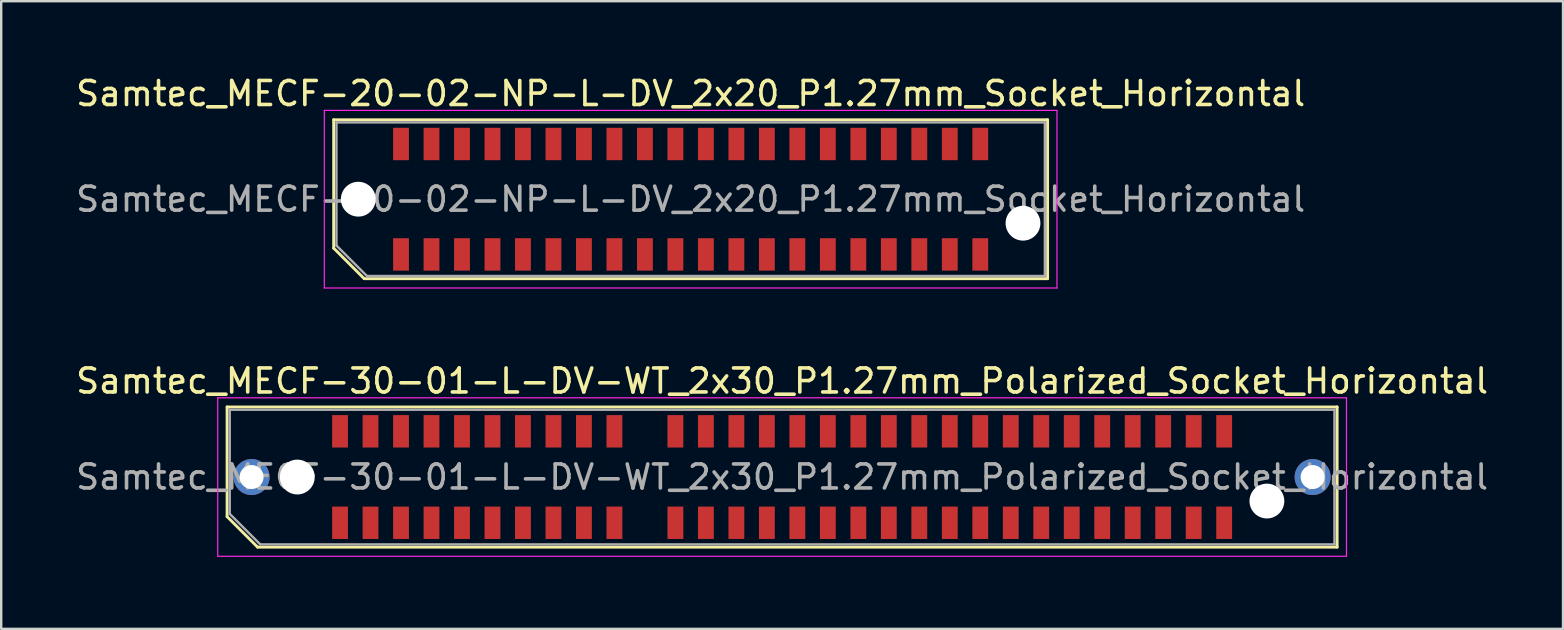
<source format=kicad_pcb>
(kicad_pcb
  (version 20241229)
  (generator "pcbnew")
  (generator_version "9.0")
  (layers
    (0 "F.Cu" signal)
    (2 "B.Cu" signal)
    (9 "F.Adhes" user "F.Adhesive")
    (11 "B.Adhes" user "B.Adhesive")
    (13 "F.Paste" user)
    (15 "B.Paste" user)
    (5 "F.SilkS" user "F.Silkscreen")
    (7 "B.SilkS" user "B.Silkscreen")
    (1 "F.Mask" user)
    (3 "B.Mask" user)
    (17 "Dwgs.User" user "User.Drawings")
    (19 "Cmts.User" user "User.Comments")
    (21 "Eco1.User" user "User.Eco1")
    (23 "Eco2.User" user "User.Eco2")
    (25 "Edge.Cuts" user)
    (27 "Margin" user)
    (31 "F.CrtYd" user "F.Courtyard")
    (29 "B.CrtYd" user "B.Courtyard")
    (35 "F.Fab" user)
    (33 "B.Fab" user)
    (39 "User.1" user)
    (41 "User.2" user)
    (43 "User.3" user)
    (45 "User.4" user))
  (footprint "Samtec_MECF-20-02-NP-L-DV_2x20_P1.27mm_Socket_Horizontal"
    (layer "F.Cu")
    (at 25.72 5.248)
    (property "Reference" "Samtec_MECF-20-02-NP-L-DV_2x20_P1.27mm_Socket_Horizontal" (at 0 -4.4 0) (layer "F.SilkS") (effects (font (size 1 1) (thickness 0.15))))
    (attr smd)
    (fp_line (start -14.87 -3.31) (end 14.87 -3.31) (stroke (width 0.12) (type solid)) (layer "F.SilkS"))
    (fp_line (start -14.87 2.04) (end -14.87 -3.31) (stroke (width 0.12) (type solid)) (layer "F.SilkS"))
    (fp_line (start -13.6 3.31) (end -14.87 2.04) (stroke (width 0.12) (type solid)) (layer "F.SilkS"))
    (fp_line (start -13.6 3.31) (end 14.87 3.31) (stroke (width 0.12) (type solid)) (layer "F.SilkS"))
    (fp_line (start 14.87 3.31) (end 14.87 -3.31) (stroke (width 0.12) (type solid)) (layer "F.SilkS"))
    (fp_line (start -15.26 -3.7) (end -15.26 3.7) (stroke (width 0.05) (type solid)) (layer "F.CrtYd"))
    (fp_line (start -15.26 3.7) (end 15.26 3.7) (stroke (width 0.05) (type solid)) (layer "F.CrtYd"))
    (fp_line (start 15.26 -3.7) (end -15.26 -3.7) (stroke (width 0.05) (type solid)) (layer "F.CrtYd"))
    (fp_line (start 15.26 3.7) (end 15.26 -3.7) (stroke (width 0.05) (type solid)) (layer "F.CrtYd"))
    (fp_line (start -14.755 -3.2) (end 14.755 -3.2) (stroke (width 0.1) (type solid)) (layer "F.Fab"))
    (fp_line (start -14.755 1.93) (end -14.755 -3.2) (stroke (width 0.1) (type solid)) (layer "F.Fab"))
    (fp_line (start -14.755 1.93) (end -13.485 3.2) (stroke (width 0.1) (type solid)) (layer "F.Fab"))
    (fp_line (start -13.485 3.2) (end 14.755 3.2) (stroke (width 0.1) (type solid)) (layer "F.Fab"))
    (fp_line (start 14.755 3.2) (end 14.755 -3.2) (stroke (width 0.1) (type solid)) (layer "F.Fab"))
    (fp_text user "${REFERENCE}" (at 0 0 0) (layer "F.Fab") (effects (font (size 1 1) (thickness 0.15))))
    (pad "" np_thru_hole circle (at -13.845 0) (size 1.45 1.45) (drill 1.45) (layers "*.Cu" "*.Mask"))
    (pad "" np_thru_hole circle (at 13.845 1) (size 1.45 1.45) (drill 1.45) (layers "*.Cu" "*.Mask"))
    (pad "1" smd rect (at -12.065 2.3) (size 0.66 1.35) (layers "F.Cu" "F.Mask" "F.Paste"))
    (pad "2" smd rect (at -12.065 -2.3) (size 0.66 1.35) (layers "F.Cu" "F.Mask" "F.Paste"))
    (pad "3" smd rect (at -10.795 2.3) (size 0.66 1.35) (layers "F.Cu" "F.Mask" "F.Paste"))
    (pad "4" smd rect (at -10.795 -2.3) (size 0.66 1.35) (layers "F.Cu" "F.Mask" "F.Paste"))
    (pad "5" smd rect (at -9.525 2.3) (size 0.66 1.35) (layers "F.Cu" "F.Mask" "F.Paste"))
    (pad "6" smd rect (at -9.525 -2.3) (size 0.66 1.35) (layers "F.Cu" "F.Mask" "F.Paste"))
    (pad "7" smd rect (at -8.255 2.3) (size 0.66 1.35) (layers "F.Cu" "F.Mask" "F.Paste"))
    (pad "8" smd rect (at -8.255 -2.3) (size 0.66 1.35) (layers "F.Cu" "F.Mask" "F.Paste"))
    (pad "9" smd rect (at -6.985 2.3) (size 0.66 1.35) (layers "F.Cu" "F.Mask" "F.Paste"))
    (pad "10" smd rect (at -6.985 -2.3) (size 0.66 1.35) (layers "F.Cu" "F.Mask" "F.Paste"))
    (pad "11" smd rect (at -5.715 2.3) (size 0.66 1.35) (layers "F.Cu" "F.Mask" "F.Paste"))
    (pad "12" smd rect (at -5.715 -2.3) (size 0.66 1.35) (layers "F.Cu" "F.Mask" "F.Paste"))
    (pad "13" smd rect (at -4.445 2.3) (size 0.66 1.35) (layers "F.Cu" "F.Mask" "F.Paste"))
    (pad "14" smd rect (at -4.445 -2.3) (size 0.66 1.35) (layers "F.Cu" "F.Mask" "F.Paste"))
    (pad "15" smd rect (at -3.175 2.3) (size 0.66 1.35) (layers "F.Cu" "F.Mask" "F.Paste"))
    (pad "16" smd rect (at -3.175 -2.3) (size 0.66 1.35) (layers "F.Cu" "F.Mask" "F.Paste"))
    (pad "17" smd rect (at -1.905 2.3) (size 0.66 1.35) (layers "F.Cu" "F.Mask" "F.Paste"))
    (pad "18" smd rect (at -1.905 -2.3) (size 0.66 1.35) (layers "F.Cu" "F.Mask" "F.Paste"))
    (pad "19" smd rect (at -0.635 2.3) (size 0.66 1.35) (layers "F.Cu" "F.Mask" "F.Paste"))
    (pad "20" smd rect (at -0.635 -2.3) (size 0.66 1.35) (layers "F.Cu" "F.Mask" "F.Paste"))
    (pad "21" smd rect (at 0.635 2.3) (size 0.66 1.35) (layers "F.Cu" "F.Mask" "F.Paste"))
    (pad "22" smd rect (at 0.635 -2.3) (size 0.66 1.35) (layers "F.Cu" "F.Mask" "F.Paste"))
    (pad "23" smd rect (at 1.905 2.3) (size 0.66 1.35) (layers "F.Cu" "F.Mask" "F.Paste"))
    (pad "24" smd rect (at 1.905 -2.3) (size 0.66 1.35) (layers "F.Cu" "F.Mask" "F.Paste"))
    (pad "25" smd rect (at 3.175 2.3) (size 0.66 1.35) (layers "F.Cu" "F.Mask" "F.Paste"))
    (pad "26" smd rect (at 3.175 -2.3) (size 0.66 1.35) (layers "F.Cu" "F.Mask" "F.Paste"))
    (pad "27" smd rect (at 4.445 2.3) (size 0.66 1.35) (layers "F.Cu" "F.Mask" "F.Paste"))
    (pad "28" smd rect (at 4.445 -2.3) (size 0.66 1.35) (layers "F.Cu" "F.Mask" "F.Paste"))
    (pad "29" smd rect (at 5.715 2.3) (size 0.66 1.35) (layers "F.Cu" "F.Mask" "F.Paste"))
    (pad "30" smd rect (at 5.715 -2.3) (size 0.66 1.35) (layers "F.Cu" "F.Mask" "F.Paste"))
    (pad "31" smd rect (at 6.985 2.3) (size 0.66 1.35) (layers "F.Cu" "F.Mask" "F.Paste"))
    (pad "32" smd rect (at 6.985 -2.3) (size 0.66 1.35) (layers "F.Cu" "F.Mask" "F.Paste"))
    (pad "33" smd rect (at 8.255 2.3) (size 0.66 1.35) (layers "F.Cu" "F.Mask" "F.Paste"))
    (pad "34" smd rect (at 8.255 -2.3) (size 0.66 1.35) (layers "F.Cu" "F.Mask" "F.Paste"))
    (pad "35" smd rect (at 9.525 2.3) (size 0.66 1.35) (layers "F.Cu" "F.Mask" "F.Paste"))
    (pad "36" smd rect (at 9.525 -2.3) (size 0.66 1.35) (layers "F.Cu" "F.Mask" "F.Paste"))
    (pad "37" smd rect (at 10.795 2.3) (size 0.66 1.35) (layers "F.Cu" "F.Mask" "F.Paste"))
    (pad "38" smd rect (at 10.795 -2.3) (size 0.66 1.35) (layers "F.Cu" "F.Mask" "F.Paste"))
    (pad "39" smd rect (at 12.065 2.3) (size 0.66 1.35) (layers "F.Cu" "F.Mask" "F.Paste"))
    (pad "40" smd rect (at 12.065 -2.3) (size 0.66 1.35) (layers "F.Cu" "F.Mask" "F.Paste")))
  (footprint "Samtec_MECF-30-01-L-DV-WT_2x30_P1.27mm_Polarized_Socket_Horizontal"
    (layer "F.Cu")
    (at 29.53 16.822)
    (property "Reference" "Samtec_MECF-30-01-L-DV-WT_2x30_P1.27mm_Polarized_Socket_Horizontal" (at 0 -4 0) (layer "F.SilkS") (effects (font (size 1 1) (thickness 0.15))))
    (attr smd)
    (fp_line (start -23.12 -2.92) (end 23.12 -2.92) (stroke (width 0.12) (type solid)) (layer "F.SilkS"))
    (fp_line (start -23.12 1.65) (end -23.12 -2.92) (stroke (width 0.12) (type solid)) (layer "F.SilkS"))
    (fp_line (start -21.85 2.92) (end -23.12 1.65) (stroke (width 0.12) (type solid)) (layer "F.SilkS"))
    (fp_line (start -21.85 2.92) (end 23.12 2.92) (stroke (width 0.12) (type solid)) (layer "F.SilkS"))
    (fp_line (start 23.12 2.92) (end 23.12 -2.92) (stroke (width 0.12) (type solid)) (layer "F.SilkS"))
    (fp_line (start -23.51 -3.3) (end -23.51 3.3) (stroke (width 0.05) (type solid)) (layer "F.CrtYd"))
    (fp_line (start -23.51 3.3) (end 23.51 3.3) (stroke (width 0.05) (type solid)) (layer "F.CrtYd"))
    (fp_line (start 23.51 -3.3) (end -23.51 -3.3) (stroke (width 0.05) (type solid)) (layer "F.CrtYd"))
    (fp_line (start 23.51 3.3) (end 23.51 -3.3) (stroke (width 0.05) (type solid)) (layer "F.CrtYd"))
    (fp_line (start -23.01 -2.805) (end 23.01 -2.805) (stroke (width 0.1) (type solid)) (layer "F.Fab"))
    (fp_line (start -23.01 1.535) (end -23.01 -2.805) (stroke (width 0.1) (type solid)) (layer "F.Fab"))
    (fp_line (start -23.01 1.535) (end -21.74 2.805) (stroke (width 0.1) (type solid)) (layer "F.Fab"))
    (fp_line (start -21.74 2.805) (end 23.01 2.805) (stroke (width 0.1) (type solid)) (layer "F.Fab"))
    (fp_line (start 23.01 2.805) (end 23.01 -2.805) (stroke (width 0.1) (type solid)) (layer "F.Fab"))
    (fp_text user "${REFERENCE}" (at 0 0 0) (layer "F.Fab") (effects (font (size 1 1) (thickness 0.15))))
    (pad "" thru_hole circle (at -22.1 0) (size 1.5 1.5) (drill 1) (layers "*.Cu" "*.Mask"))
    (pad "" np_thru_hole circle (at -20.195 0) (size 1.45 1.45) (drill 1.45) (layers "*.Cu" "*.Mask"))
    (pad "" np_thru_hole circle (at 20.195 1) (size 1.45 1.45) (drill 1.45) (layers "*.Cu" "*.Mask"))
    (pad "" thru_hole circle (at 22.1 0) (size 1.5 1.5) (drill 1) (layers "*.Cu" "*.Mask"))
    (pad "1" smd rect (at -18.415 1.905) (size 0.66 1.35) (layers "F.Cu" "F.Mask" "F.Paste"))
    (pad "2" smd rect (at -18.415 -1.905) (size 0.66 1.35) (layers "F.Cu" "F.Mask" "F.Paste"))
    (pad "3" smd rect (at -17.145 1.905) (size 0.66 1.35) (layers "F.Cu" "F.Mask" "F.Paste"))
    (pad "4" smd rect (at -17.145 -1.905) (size 0.66 1.35) (layers "F.Cu" "F.Mask" "F.Paste"))
    (pad "5" smd rect (at -15.875 1.905) (size 0.66 1.35) (layers "F.Cu" "F.Mask" "F.Paste"))
    (pad "6" smd rect (at -15.875 -1.905) (size 0.66 1.35) (layers "F.Cu" "F.Mask" "F.Paste"))
    (pad "7" smd rect (at -14.605 1.905) (size 0.66 1.35) (layers "F.Cu" "F.Mask" "F.Paste"))
    (pad "8" smd rect (at -14.605 -1.905) (size 0.66 1.35) (layers "F.Cu" "F.Mask" "F.Paste"))
    (pad "9" smd rect (at -13.335 1.905) (size 0.66 1.35) (layers "F.Cu" "F.Mask" "F.Paste"))
    (pad "10" smd rect (at -13.335 -1.905) (size 0.66 1.35) (layers "F.Cu" "F.Mask" "F.Paste"))
    (pad "11" smd rect (at -12.065 1.905) (size 0.66 1.35) (layers "F.Cu" "F.Mask" "F.Paste"))
    (pad "12" smd rect (at -12.065 -1.905) (size 0.66 1.35) (layers "F.Cu" "F.Mask" "F.Paste"))
    (pad "13" smd rect (at -10.795 1.905) (size 0.66 1.35) (layers "F.Cu" "F.Mask" "F.Paste"))
    (pad "14" smd rect (at -10.795 -1.905) (size 0.66 1.35) (layers "F.Cu" "F.Mask" "F.Paste"))
    (pad "15" smd rect (at -9.525 1.905) (size 0.66 1.35) (layers "F.Cu" "F.Mask" "F.Paste"))
    (pad "16" smd rect (at -9.525 -1.905) (size 0.66 1.35) (layers "F.Cu" "F.Mask" "F.Paste"))
    (pad "17" smd rect (at -8.255 1.905) (size 0.66 1.35) (layers "F.Cu" "F.Mask" "F.Paste"))
    (pad "18" smd rect (at -8.255 -1.905) (size 0.66 1.35) (layers "F.Cu" "F.Mask" "F.Paste"))
    (pad "19" smd rect (at -6.985 1.905) (size 0.66 1.35) (layers "F.Cu" "F.Mask" "F.Paste"))
    (pad "20" smd rect (at -6.985 -1.905) (size 0.66 1.35) (layers "F.Cu" "F.Mask" "F.Paste"))
    (pad "23" smd rect (at -4.445 1.905) (size 0.66 1.35) (layers "F.Cu" "F.Mask" "F.Paste"))
    (pad "24" smd rect (at -4.445 -1.905) (size 0.66 1.35) (layers "F.Cu" "F.Mask" "F.Paste"))
    (pad "25" smd rect (at -3.175 1.905) (size 0.66 1.35) (layers "F.Cu" "F.Mask" "F.Paste"))
    (pad "26" smd rect (at -3.175 -1.905) (size 0.66 1.35) (layers "F.Cu" "F.Mask" "F.Paste"))
    (pad "27" smd rect (at -1.905 1.905) (size 0.66 1.35) (layers "F.Cu" "F.Mask" "F.Paste"))
    (pad "28" smd rect (at -1.905 -1.905) (size 0.66 1.35) (layers "F.Cu" "F.Mask" "F.Paste"))
    (pad "29" smd rect (at -0.635 1.905) (size 0.66 1.35) (layers "F.Cu" "F.Mask" "F.Paste"))
    (pad "30" smd rect (at -0.635 -1.905) (size 0.66 1.35) (layers "F.Cu" "F.Mask" "F.Paste"))
    (pad "31" smd rect (at 0.635 1.905) (size 0.66 1.35) (layers "F.Cu" "F.Mask" "F.Paste"))
    (pad "32" smd rect (at 0.635 -1.905) (size 0.66 1.35) (layers "F.Cu" "F.Mask" "F.Paste"))
    (pad "33" smd rect (at 1.905 1.905) (size 0.66 1.35) (layers "F.Cu" "F.Mask" "F.Paste"))
    (pad "34" smd rect (at 1.905 -1.905) (size 0.66 1.35) (layers "F.Cu" "F.Mask" "F.Paste"))
    (pad "35" smd rect (at 3.175 1.905) (size 0.66 1.35) (layers "F.Cu" "F.Mask" "F.Paste"))
    (pad "36" smd rect (at 3.175 -1.905) (size 0.66 1.35) (layers "F.Cu" "F.Mask" "F.Paste"))
    (pad "37" smd rect (at 4.445 1.905) (size 0.66 1.35) (layers "F.Cu" "F.Mask" "F.Paste"))
    (pad "38" smd rect (at 4.445 -1.905) (size 0.66 1.35) (layers "F.Cu" "F.Mask" "F.Paste"))
    (pad "39" smd rect (at 5.715 1.905) (size 0.66 1.35) (layers "F.Cu" "F.Mask" "F.Paste"))
    (pad "40" smd rect (at 5.715 -1.905) (size 0.66 1.35) (layers "F.Cu" "F.Mask" "F.Paste"))
    (pad "41" smd rect (at 6.985 1.905) (size 0.66 1.35) (layers "F.Cu" "F.Mask" "F.Paste"))
    (pad "42" smd rect (at 6.985 -1.905) (size 0.66 1.35) (layers "F.Cu" "F.Mask" "F.Paste"))
    (pad "43" smd rect (at 8.255 1.905) (size 0.66 1.35) (layers "F.Cu" "F.Mask" "F.Paste"))
    (pad "44" smd rect (at 8.255 -1.905) (size 0.66 1.35) (layers "F.Cu" "F.Mask" "F.Paste"))
    (pad "45" smd rect (at 9.525 1.905) (size 0.66 1.35) (layers "F.Cu" "F.Mask" "F.Paste"))
    (pad "46" smd rect (at 9.525 -1.905) (size 0.66 1.35) (layers "F.Cu" "F.Mask" "F.Paste"))
    (pad "47" smd rect (at 10.795 1.905) (size 0.66 1.35) (layers "F.Cu" "F.Mask" "F.Paste"))
    (pad "48" smd rect (at 10.795 -1.905) (size 0.66 1.35) (layers "F.Cu" "F.Mask" "F.Paste"))
    (pad "49" smd rect (at 12.065 1.905) (size 0.66 1.35) (layers "F.Cu" "F.Mask" "F.Paste"))
    (pad "50" smd rect (at 12.065 -1.905) (size 0.66 1.35) (layers "F.Cu" "F.Mask" "F.Paste"))
    (pad "51" smd rect (at 13.335 1.905) (size 0.66 1.35) (layers "F.Cu" "F.Mask" "F.Paste"))
    (pad "52" smd rect (at 13.335 -1.905) (size 0.66 1.35) (layers "F.Cu" "F.Mask" "F.Paste"))
    (pad "53" smd rect (at 14.605 1.905) (size 0.66 1.35) (layers "F.Cu" "F.Mask" "F.Paste"))
    (pad "54" smd rect (at 14.605 -1.905) (size 0.66 1.35) (layers "F.Cu" "F.Mask" "F.Paste"))
    (pad "55" smd rect (at 15.875 1.905) (size 0.66 1.35) (layers "F.Cu" "F.Mask" "F.Paste"))
    (pad "56" smd rect (at 15.875 -1.905) (size 0.66 1.35) (layers "F.Cu" "F.Mask" "F.Paste"))
    (pad "57" smd rect (at 17.145 1.905) (size 0.66 1.35) (layers "F.Cu" "F.Mask" "F.Paste"))
    (pad "58" smd rect (at 17.145 -1.905) (size 0.66 1.35) (layers "F.Cu" "F.Mask" "F.Paste"))
    (pad "59" smd rect (at 18.415 1.905) (size 0.66 1.35) (layers "F.Cu" "F.Mask" "F.Paste"))
    (pad "60" smd rect (at 18.415 -1.905) (size 0.66 1.35) (layers "F.Cu" "F.Mask" "F.Paste")))
  (gr_rect
    (start -3 -3)
    (end 62.06 23.146)
    (stroke (width 0.1) (type default))
    (fill no)
    (layer "Edge.Cuts")))
</source>
